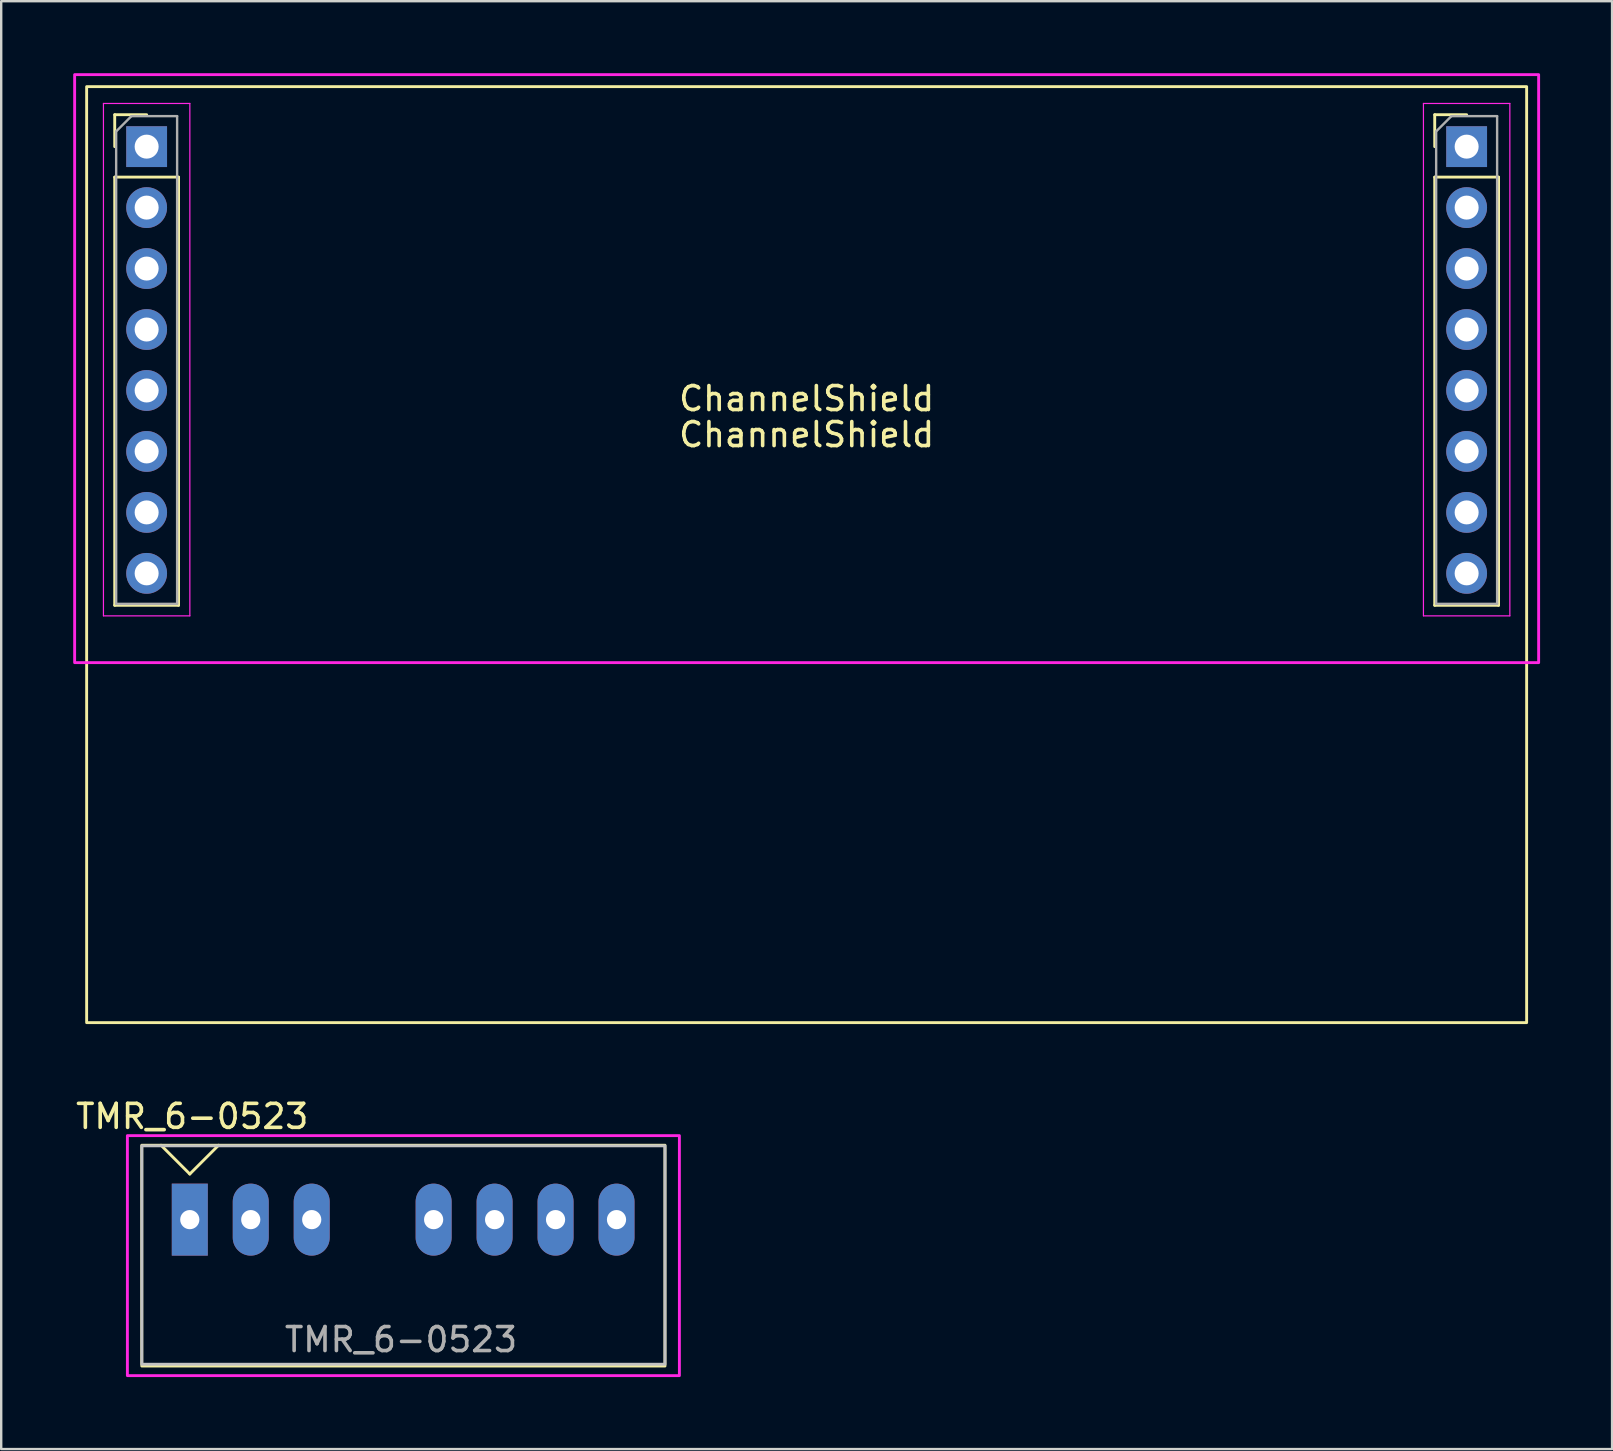
<source format=kicad_pcb>
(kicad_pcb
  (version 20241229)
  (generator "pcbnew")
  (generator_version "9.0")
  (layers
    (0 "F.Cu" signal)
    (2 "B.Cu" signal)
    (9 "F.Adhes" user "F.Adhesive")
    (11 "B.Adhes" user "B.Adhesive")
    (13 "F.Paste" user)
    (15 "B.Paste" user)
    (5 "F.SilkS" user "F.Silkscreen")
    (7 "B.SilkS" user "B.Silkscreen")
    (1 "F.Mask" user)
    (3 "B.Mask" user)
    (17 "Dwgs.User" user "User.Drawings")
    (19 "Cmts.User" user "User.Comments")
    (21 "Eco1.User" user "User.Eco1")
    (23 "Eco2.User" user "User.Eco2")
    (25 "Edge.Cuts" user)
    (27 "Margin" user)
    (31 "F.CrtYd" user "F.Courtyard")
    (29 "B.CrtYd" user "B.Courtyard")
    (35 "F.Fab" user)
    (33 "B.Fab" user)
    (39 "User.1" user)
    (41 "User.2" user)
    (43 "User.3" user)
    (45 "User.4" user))
  (footprint "TMR_6-0523"
    (layer "F.Cu")
    (at 13.758 47.768)
    (property "Reference" "TMR_6-0523" (at -8.8 -4.3 0) (unlocked yes) (layer "F.SilkS") (effects (font (size 1 1) (thickness 0.15))))
    (fp_line (start -8.9 -1.9) (end -10.1 -3.1) (stroke (width 0.12) (type solid)) (layer "F.SilkS"))
    (fp_line (start -8.9 -1.9) (end -7.7 -3.1) (stroke (width 0.12) (type solid)) (layer "F.SilkS"))
    (fp_rect (start -10.9 -3.1) (end 10.9 6.1) (stroke (width 0.12) (type solid)) (fill no) (layer "F.SilkS"))
    (fp_rect (start -10.9 -3.075) (end 10.9 6.025) (stroke (width 0.12) (type solid)) (fill no) (layer "Dwgs.User"))
    (fp_rect (start -11.5 -3.5) (end 11.5 6.5) (stroke (width 0.12) (type solid)) (fill no) (layer "F.CrtYd"))
    (fp_text user "${REFERENCE}" (at -0.1 5 0) (unlocked yes) (layer "F.Fab") (effects (font (size 1 1) (thickness 0.15))))
    (pad "1" thru_hole rect (at -8.9 0) (size 1.5 3) (drill 0.8) (layers "*.Cu" "*.Mask"))
    (pad "2" thru_hole oval (at -6.36 0) (size 1.5 3) (drill 0.8) (layers "*.Cu" "*.Mask"))
    (pad "3" thru_hole oval (at -3.82 0) (size 1.5 3) (drill 0.8) (layers "*.Cu" "*.Mask"))
    (pad "5" thru_hole oval (at 1.26 0) (size 1.5 3) (drill 0.8) (layers "*.Cu" "*.Mask"))
    (pad "6" thru_hole oval (at 3.8 0) (size 1.5 3) (drill 0.8) (layers "*.Cu" "*.Mask"))
    (pad "7" thru_hole oval (at 6.34 0) (size 1.5 3) (drill 0.8) (layers "*.Cu" "*.Mask"))
    (pad "8" thru_hole oval (at 8.88 0) (size 1.5 3) (drill 0.8) (layers "*.Cu" "*.Mask")))
  (footprint "ChannelShield"
    (layer "F.Cu")
    (at 30.56 20.06)
    (property "Reference" "ChannelShield" (at 0 -6.5 0) (unlocked yes) (layer "F.SilkS") (effects (font (size 1 1) (thickness 0.15))))
    (property "Value" "ChannelShield" (at 0 1 0) (unlocked yes) (layer "F.Fab") (hide yes) (effects (font (size 1 1) (thickness 0.15))))
    (fp_line (start -28.83 -18.33) (end -27.5 -18.33) (stroke (width 0.12) (type solid)) (layer "F.SilkS"))
    (fp_line (start -28.83 -17) (end -28.83 -18.33) (stroke (width 0.12) (type solid)) (layer "F.SilkS"))
    (fp_line (start -28.83 -15.73) (end -28.83 2.11) (stroke (width 0.12) (type solid)) (layer "F.SilkS"))
    (fp_line (start -28.83 -15.73) (end -26.17 -15.73) (stroke (width 0.12) (type solid)) (layer "F.SilkS"))
    (fp_line (start -28.83 2.11) (end -26.17 2.11) (stroke (width 0.12) (type solid)) (layer "F.SilkS"))
    (fp_line (start -26.17 -15.73) (end -26.17 2.11) (stroke (width 0.12) (type solid)) (layer "F.SilkS"))
    (fp_line (start 26.17 -18.33) (end 27.5 -18.33) (stroke (width 0.12) (type solid)) (layer "F.SilkS"))
    (fp_line (start 26.17 -17) (end 26.17 -18.33) (stroke (width 0.12) (type solid)) (layer "F.SilkS"))
    (fp_line (start 26.17 -15.73) (end 26.17 2.11) (stroke (width 0.12) (type solid)) (layer "F.SilkS"))
    (fp_line (start 26.17 -15.73) (end 28.83 -15.73) (stroke (width 0.12) (type solid)) (layer "F.SilkS"))
    (fp_line (start 26.17 2.11) (end 28.83 2.11) (stroke (width 0.12) (type solid)) (layer "F.SilkS"))
    (fp_line (start 28.83 -15.73) (end 28.83 2.11) (stroke (width 0.12) (type solid)) (layer "F.SilkS"))
    (fp_rect (start -30 -19.5) (end 30 19.5) (stroke (width 0.12) (type solid)) (fill no) (layer "F.SilkS"))
    (fp_line (start -29.3 -18.8) (end -29.3 2.55) (stroke (width 0.05) (type solid)) (layer "F.CrtYd"))
    (fp_line (start -29.3 2.55) (end -25.7 2.55) (stroke (width 0.05) (type solid)) (layer "F.CrtYd"))
    (fp_line (start -25.7 -18.8) (end -29.3 -18.8) (stroke (width 0.05) (type solid)) (layer "F.CrtYd"))
    (fp_line (start -25.7 2.55) (end -25.7 -18.8) (stroke (width 0.05) (type solid)) (layer "F.CrtYd"))
    (fp_line (start 25.7 -18.8) (end 25.7 2.55) (stroke (width 0.05) (type solid)) (layer "F.CrtYd"))
    (fp_line (start 25.7 2.55) (end 29.3 2.55) (stroke (width 0.05) (type solid)) (layer "F.CrtYd"))
    (fp_line (start 29.3 -18.8) (end 25.7 -18.8) (stroke (width 0.05) (type solid)) (layer "F.CrtYd"))
    (fp_line (start 29.3 2.55) (end 29.3 -18.8) (stroke (width 0.05) (type solid)) (layer "F.CrtYd"))
    (fp_rect (start -30.5 -20) (end 30.5 4.5) (stroke (width 0.12) (type solid)) (fill no) (layer "F.CrtYd"))
    (fp_line (start -28.77 -17.635) (end -28.135 -18.27) (stroke (width 0.1) (type solid)) (layer "F.Fab"))
    (fp_line (start -28.77 2.05) (end -28.77 -17.635) (stroke (width 0.1) (type solid)) (layer "F.Fab"))
    (fp_line (start -28.135 -18.27) (end -26.23 -18.27) (stroke (width 0.1) (type solid)) (layer "F.Fab"))
    (fp_line (start -26.23 -18.27) (end -26.23 2.05) (stroke (width 0.1) (type solid)) (layer "F.Fab"))
    (fp_line (start -26.23 2.05) (end -28.77 2.05) (stroke (width 0.1) (type solid)) (layer "F.Fab"))
    (fp_line (start 26.23 -17.635) (end 26.865 -18.27) (stroke (width 0.1) (type solid)) (layer "F.Fab"))
    (fp_line (start 26.23 2.05) (end 26.23 -17.635) (stroke (width 0.1) (type solid)) (layer "F.Fab"))
    (fp_line (start 26.865 -18.27) (end 28.77 -18.27) (stroke (width 0.1) (type solid)) (layer "F.Fab"))
    (fp_line (start 28.77 -18.27) (end 28.77 2.05) (stroke (width 0.1) (type solid)) (layer "F.Fab"))
    (fp_line (start 28.77 2.05) (end 26.23 2.05) (stroke (width 0.1) (type solid)) (layer "F.Fab"))
    (fp_text user "${VALUE}" (at 0 -5 0) (unlocked yes) (layer "F.SilkS") (effects (font (size 1 1) (thickness 0.15))))
    (pad "1" thru_hole rect (at -27.5 -17) (size 1.7 1.7) (drill 1) (layers "*.Cu" "*.Mask"))
    (pad "2" thru_hole oval (at -27.5 -14.46) (size 1.7 1.7) (drill 1) (layers "*.Cu" "*.Mask"))
    (pad "3" thru_hole oval (at -27.5 -11.92) (size 1.7 1.7) (drill 1) (layers "*.Cu" "*.Mask"))
    (pad "4" thru_hole oval (at -27.5 -9.38) (size 1.7 1.7) (drill 1) (layers "*.Cu" "*.Mask"))
    (pad "5" thru_hole oval (at -27.5 -6.84) (size 1.7 1.7) (drill 1) (layers "*.Cu" "*.Mask"))
    (pad "6" thru_hole oval (at -27.5 -4.3) (size 1.7 1.7) (drill 1) (layers "*.Cu" "*.Mask"))
    (pad "7" thru_hole oval (at -27.5 -1.76) (size 1.7 1.7) (drill 1) (layers "*.Cu" "*.Mask"))
    (pad "8" thru_hole oval (at -27.5 0.78) (size 1.7 1.7) (drill 1) (layers "*.Cu" "*.Mask"))
    (pad "9" thru_hole rect (at 27.5 -17) (size 1.7 1.7) (drill 1) (layers "*.Cu" "*.Mask"))
    (pad "10" thru_hole oval (at 27.5 -14.46) (size 1.7 1.7) (drill 1) (layers "*.Cu" "*.Mask"))
    (pad "11" thru_hole oval (at 27.5 -11.92) (size 1.7 1.7) (drill 1) (layers "*.Cu" "*.Mask"))
    (pad "12" thru_hole oval (at 27.5 -9.38) (size 1.7 1.7) (drill 1) (layers "*.Cu" "*.Mask"))
    (pad "13" thru_hole oval (at 27.5 -6.84) (size 1.7 1.7) (drill 1) (layers "*.Cu" "*.Mask"))
    (pad "14" thru_hole oval (at 27.5 -4.3) (size 1.7 1.7) (drill 1) (layers "*.Cu" "*.Mask"))
    (pad "15" thru_hole oval (at 27.5 -1.76) (size 1.7 1.7) (drill 1) (layers "*.Cu" "*.Mask"))
    (pad "16" thru_hole oval (at 27.5 0.78) (size 1.7 1.7) (drill 1) (layers "*.Cu" "*.Mask")))
  (gr_rect
    (start -3 -3)
    (end 64.12 57.328)
    (stroke (width 0.1) (type default))
    (fill no)
    (layer "Edge.Cuts")))
</source>
